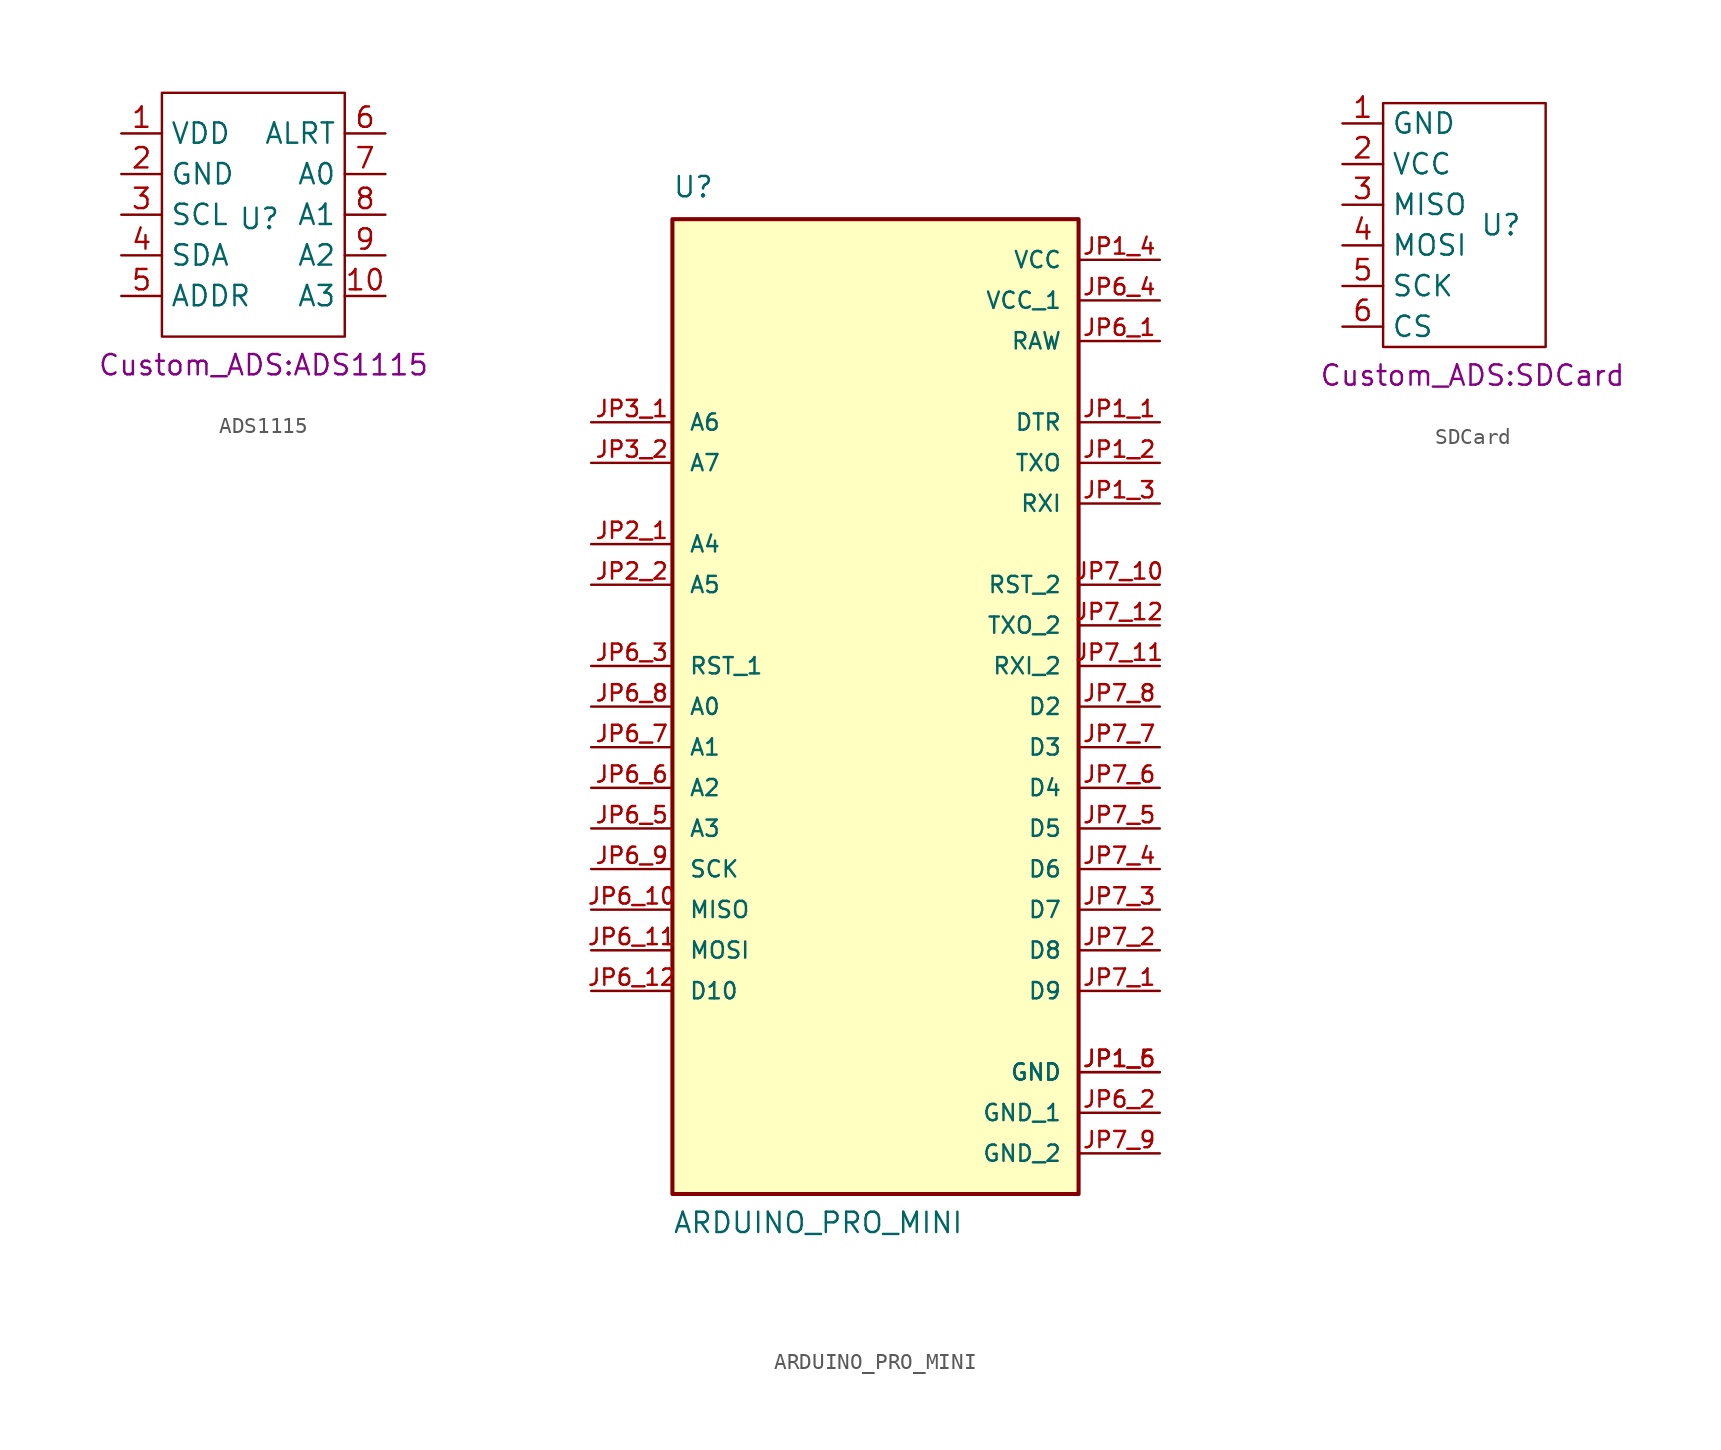
<source format=kicad_sym>
(kicad_symbol_lib
  (version 20231120)
  (generator "kicad_symbol_editor")
  (generator_version "8.0")
  (symbol "ADS1115"
    (property "Reference" "U"
      (at -0.254 -0.254 0)
      (effects (font (size 1.27 1.27))))
    (property "Value" ""
      (at 0 -3.81 0)
      (effects (font (size 1.27 1.27))))
    (property "Footprint" "Custom_ADS:ADS1115"
      (at 0 -9.398 0)
      (effects (font (size 1.27 1.27))))
    (symbol "ADS1115_0_1"
      (rectangle (start -6.35 7.62) (end 5.08 -7.62) (stroke (width 0) (type default)) (fill (type none))))
    (symbol "ADS1115_1_1"
      (pin power_in line (at -8.89 5.08 0) (length 2.54) (name "VDD" (effects (font (size 1.27 1.27)))) (number "1" (effects (font (size 1.27 1.27)))))
      (pin input line (at 7.62 -5.08 180) (length 2.54) (name "A3" (effects (font (size 1.27 1.27)))) (number "10" (effects (font (size 1.27 1.27)))))
      (pin passive line (at -8.89 2.54 0) (length 2.54) (name "GND" (effects (font (size 1.27 1.27)))) (number "2" (effects (font (size 1.27 1.27)))))
      (pin input line (at -8.89 0 0) (length 2.54) (name "SCL" (effects (font (size 1.27 1.27)))) (number "3" (effects (font (size 1.27 1.27)))))
      (pin input line (at -8.89 -2.54 0) (length 2.54) (name "SDA" (effects (font (size 1.27 1.27)))) (number "4" (effects (font (size 1.27 1.27)))))
      (pin input line (at -8.89 -5.08 0) (length 2.54) (name "ADDR" (effects (font (size 1.27 1.27)))) (number "5" (effects (font (size 1.27 1.27)))))
      (pin input line (at 7.62 5.08 180) (length 2.54) (name "ALRT" (effects (font (size 1.27 1.27)))) (number "6" (effects (font (size 1.27 1.27)))))
      (pin input line (at 7.62 2.54 180) (length 2.54) (name "A0" (effects (font (size 1.27 1.27)))) (number "7" (effects (font (size 1.27 1.27)))))
      (pin input line (at 7.62 0 180) (length 2.54) (name "A1" (effects (font (size 1.27 1.27)))) (number "8" (effects (font (size 1.27 1.27)))))
      (pin input line (at 7.62 -2.54 180) (length 2.54) (name "A2" (effects (font (size 1.27 1.27)))) (number "9" (effects (font (size 1.27 1.27)))))))
  (symbol "ARDUINO_PRO_MINI"
    (pin_names
      (offset 1.016))
    (property "Reference" "U"
      (at -12.7 31.75 0)
      (effects (font (size 1.27 1.27)) (justify left bottom)))
    (property "Value" "ARDUINO_PRO_MINI"
      (at -12.7 -33.02 0)
      (effects (font (size 1.27 1.27)) (justify left bottom)))
    (symbol "ARDUINO_PRO_MINI_0_0"
      (rectangle (start -12.7 -30.48) (end 12.7 30.48) (stroke (width 0.254) (type default)) (fill (type background)))
      (pin input line (at 17.78 17.78 180) (length 5.08) (name "DTR" (effects (font (size 1.016 1.016)))) (number "JP1_1" (effects (font (size 1.016 1.016)))))
      (pin bidirectional line (at 17.78 15.24 180) (length 5.08) (name "TXO" (effects (font (size 1.016 1.016)))) (number "JP1_2" (effects (font (size 1.016 1.016)))))
      (pin bidirectional line (at 17.78 12.7 180) (length 5.08) (name "RXI" (effects (font (size 1.016 1.016)))) (number "JP1_3" (effects (font (size 1.016 1.016)))))
      (pin power_in line (at 17.78 27.94 180) (length 5.08) (name "VCC" (effects (font (size 1.016 1.016)))) (number "JP1_4" (effects (font (size 1.016 1.016)))))
      (pin power_in line (at 17.78 -22.86 180) (length 5.08) (name "GND" (effects (font (size 1.016 1.016)))) (number "JP1_5" (effects (font (size 1.016 1.016)))))
      (pin power_in line (at 17.78 -22.86 180) (length 5.08) (name "GND" (effects (font (size 1.016 1.016)))) (number "JP1_6" (effects (font (size 1.016 1.016)))))
      (pin bidirectional line (at -17.78 10.16 0) (length 5.08) (name "A4" (effects (font (size 1.016 1.016)))) (number "JP2_1" (effects (font (size 1.016 1.016)))))
      (pin bidirectional line (at -17.78 7.62 0) (length 5.08) (name "A5" (effects (font (size 1.016 1.016)))) (number "JP2_2" (effects (font (size 1.016 1.016)))))
      (pin input line (at -17.78 17.78 0) (length 5.08) (name "A6" (effects (font (size 1.016 1.016)))) (number "JP3_1" (effects (font (size 1.016 1.016)))))
      (pin input line (at -17.78 15.24 0) (length 5.08) (name "A7" (effects (font (size 1.016 1.016)))) (number "JP3_2" (effects (font (size 1.016 1.016)))))
      (pin power_in line (at 17.78 22.86 180) (length 5.08) (name "RAW" (effects (font (size 1.016 1.016)))) (number "JP6_1" (effects (font (size 1.016 1.016)))))
      (pin bidirectional line (at -17.78 -12.7 0) (length 5.08) (name "MISO" (effects (font (size 1.016 1.016)))) (number "JP6_10" (effects (font (size 1.016 1.016)))))
      (pin bidirectional line (at -17.78 -15.24 0) (length 5.08) (name "MOSI" (effects (font (size 1.016 1.016)))) (number "JP6_11" (effects (font (size 1.016 1.016)))))
      (pin bidirectional line (at -17.78 -17.78 0) (length 5.08) (name "D10" (effects (font (size 1.016 1.016)))) (number "JP6_12" (effects (font (size 1.016 1.016)))))
      (pin power_in line (at 17.78 -25.4 180) (length 5.08) (name "GND_1" (effects (font (size 1.016 1.016)))) (number "JP6_2" (effects (font (size 1.016 1.016)))))
      (pin input line (at -17.78 2.54 0) (length 5.08) (name "RST_1" (effects (font (size 1.016 1.016)))) (number "JP6_3" (effects (font (size 1.016 1.016)))))
      (pin power_in line (at 17.78 25.4 180) (length 5.08) (name "VCC_1" (effects (font (size 1.016 1.016)))) (number "JP6_4" (effects (font (size 1.016 1.016)))))
      (pin bidirectional line (at -17.78 -7.62 0) (length 5.08) (name "A3" (effects (font (size 1.016 1.016)))) (number "JP6_5" (effects (font (size 1.016 1.016)))))
      (pin bidirectional line (at -17.78 -5.08 0) (length 5.08) (name "A2" (effects (font (size 1.016 1.016)))) (number "JP6_6" (effects (font (size 1.016 1.016)))))
      (pin bidirectional line (at -17.78 -2.54 0) (length 5.08) (name "A1" (effects (font (size 1.016 1.016)))) (number "JP6_7" (effects (font (size 1.016 1.016)))))
      (pin bidirectional line (at -17.78 0 0) (length 5.08) (name "A0" (effects (font (size 1.016 1.016)))) (number "JP6_8" (effects (font (size 1.016 1.016)))))
      (pin bidirectional line (at -17.78 -10.16 0) (length 5.08) (name "SCK" (effects (font (size 1.016 1.016)))) (number "JP6_9" (effects (font (size 1.016 1.016)))))
      (pin bidirectional line (at 17.78 -17.78 180) (length 5.08) (name "D9" (effects (font (size 1.016 1.016)))) (number "JP7_1" (effects (font (size 1.016 1.016)))))
      (pin input line (at 17.78 7.62 180) (length 5.08) (name "RST_2" (effects (font (size 1.016 1.016)))) (number "JP7_10" (effects (font (size 1.016 1.016)))))
      (pin bidirectional line (at 17.78 2.54 180) (length 5.08) (name "RXI_2" (effects (font (size 1.016 1.016)))) (number "JP7_11" (effects (font (size 1.016 1.016)))))
      (pin bidirectional line (at 17.78 5.08 180) (length 5.08) (name "TXO_2" (effects (font (size 1.016 1.016)))) (number "JP7_12" (effects (font (size 1.016 1.016)))))
      (pin bidirectional line (at 17.78 -15.24 180) (length 5.08) (name "D8" (effects (font (size 1.016 1.016)))) (number "JP7_2" (effects (font (size 1.016 1.016)))))
      (pin bidirectional line (at 17.78 -12.7 180) (length 5.08) (name "D7" (effects (font (size 1.016 1.016)))) (number "JP7_3" (effects (font (size 1.016 1.016)))))
      (pin bidirectional line (at 17.78 -10.16 180) (length 5.08) (name "D6" (effects (font (size 1.016 1.016)))) (number "JP7_4" (effects (font (size 1.016 1.016)))))
      (pin bidirectional line (at 17.78 -7.62 180) (length 5.08) (name "D5" (effects (font (size 1.016 1.016)))) (number "JP7_5" (effects (font (size 1.016 1.016)))))
      (pin bidirectional line (at 17.78 -5.08 180) (length 5.08) (name "D4" (effects (font (size 1.016 1.016)))) (number "JP7_6" (effects (font (size 1.016 1.016)))))
      (pin bidirectional line (at 17.78 -2.54 180) (length 5.08) (name "D3" (effects (font (size 1.016 1.016)))) (number "JP7_7" (effects (font (size 1.016 1.016)))))
      (pin bidirectional line (at 17.78 0 180) (length 5.08) (name "D2" (effects (font (size 1.016 1.016)))) (number "JP7_8" (effects (font (size 1.016 1.016)))))
      (pin power_in line (at 17.78 -27.94 180) (length 5.08) (name "GND_2" (effects (font (size 1.016 1.016)))) (number "JP7_9" (effects (font (size 1.016 1.016)))))))
  (symbol "SDCard"
    (property "Reference" "U"
      (at 2.286 0 0)
      (effects (font (size 1.27 1.27))))
    (property "Value" ""
      (at 0 0 0)
      (effects (font (size 1.27 1.27))))
    (property "Footprint" "Custom_ADS:SDCard"
      (at 0.508 -9.398 0)
      (effects (font (size 1.27 1.27))))
    (symbol "SDCard_0_1"
      (rectangle (start -5.08 7.62) (end 5.08 -7.62) (stroke (width 0) (type default)) (fill (type none))))
    (symbol "SDCard_1_1"
      (pin input line (at -7.62 6.35 0) (length 2.54) (name "GND" (effects (font (size 1.27 1.27)))) (number "1" (effects (font (size 1.27 1.27)))))
      (pin power_in line (at -7.62 3.81 0) (length 2.54) (name "VCC" (effects (font (size 1.27 1.27)))) (number "2" (effects (font (size 1.27 1.27)))))
      (pin input line (at -7.62 1.27 0) (length 2.54) (name "MISO" (effects (font (size 1.27 1.27)))) (number "3" (effects (font (size 1.27 1.27)))))
      (pin input line (at -7.62 -1.27 0) (length 2.54) (name "MOSI" (effects (font (size 1.27 1.27)))) (number "4" (effects (font (size 1.27 1.27)))))
      (pin input line (at -7.62 -3.81 0) (length 2.54) (name "SCK" (effects (font (size 1.27 1.27)))) (number "5" (effects (font (size 1.27 1.27)))))
      (pin input line (at -7.62 -6.35 0) (length 2.54) (name "CS" (effects (font (size 1.27 1.27)))) (number "6" (effects (font (size 1.27 1.27))))))))
</source>
